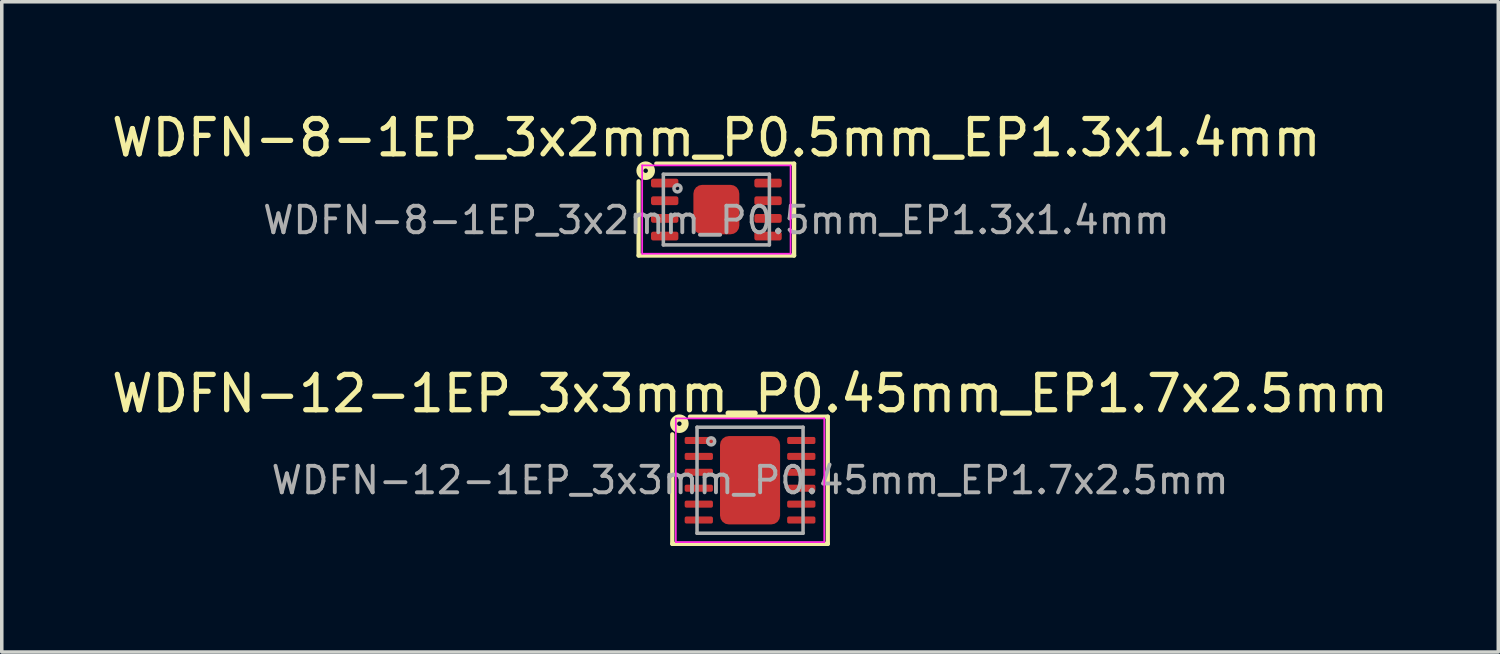
<source format=kicad_pcb>
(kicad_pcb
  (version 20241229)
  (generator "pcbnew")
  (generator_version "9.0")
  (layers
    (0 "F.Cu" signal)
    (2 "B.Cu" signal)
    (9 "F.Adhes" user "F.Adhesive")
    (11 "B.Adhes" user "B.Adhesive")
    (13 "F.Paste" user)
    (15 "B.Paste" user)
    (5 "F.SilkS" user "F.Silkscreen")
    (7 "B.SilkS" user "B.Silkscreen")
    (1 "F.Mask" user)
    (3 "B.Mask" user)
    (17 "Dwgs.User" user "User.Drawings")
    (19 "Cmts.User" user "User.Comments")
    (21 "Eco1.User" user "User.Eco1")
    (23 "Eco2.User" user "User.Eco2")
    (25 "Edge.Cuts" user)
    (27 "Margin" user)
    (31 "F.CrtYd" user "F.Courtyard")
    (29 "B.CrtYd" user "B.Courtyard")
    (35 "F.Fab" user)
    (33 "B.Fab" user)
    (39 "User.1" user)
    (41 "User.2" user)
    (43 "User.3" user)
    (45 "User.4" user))
  (footprint "WDFN-8-1EP_3x2mm_P0.5mm_EP1.3x1.4mm"
    (layer "F.Cu")
    (at 17.22 2.88)
    (property "Reference" "WDFN-8-1EP_3x2mm_P0.5mm_EP1.3x1.4mm" (at 0 -2.032 0) (layer "F.SilkS") (effects (font (size 1 1) (thickness 0.15))))
    (attr smd)
    (fp_line (start -2.2 1.3) (end -2.2 -0.8) (stroke (width 0.12) (type solid)) (layer "F.SilkS"))
    (fp_line (start -1.7 -1.3) (end 2.2 -1.3) (stroke (width 0.12) (type solid)) (layer "F.SilkS"))
    (fp_line (start 2.2 -1.3) (end 2.2 1.3) (stroke (width 0.12) (type solid)) (layer "F.SilkS"))
    (fp_line (start 2.2 1.3) (end -2.2 1.3) (stroke (width 0.12) (type solid)) (layer "F.SilkS"))
    (fp_circle (center -2 -1.1) (end -1.937 -1.1) (stroke (width 0.2) (type solid)) (fill no) (layer "F.SilkS"))
    (fp_line (start -2.1 -1.25) (end -2.1 1.25) (stroke (width 0.05) (type solid)) (layer "F.CrtYd"))
    (fp_line (start -2.1 1.25) (end 2.1 1.25) (stroke (width 0.05) (type solid)) (layer "F.CrtYd"))
    (fp_line (start 2.1 -1.25) (end -2.1 -1.25) (stroke (width 0.05) (type solid)) (layer "F.CrtYd"))
    (fp_line (start 2.1 1.25) (end 2.1 -1.25) (stroke (width 0.05) (type solid)) (layer "F.CrtYd"))
    (fp_line (start -1.5 -1) (end 1.5 -1) (stroke (width 0.1) (type solid)) (layer "F.Fab"))
    (fp_line (start -1.5 1) (end -1.5 -1) (stroke (width 0.1) (type solid)) (layer "F.Fab"))
    (fp_line (start 1.5 -1) (end 1.5 1) (stroke (width 0.1) (type solid)) (layer "F.Fab"))
    (fp_line (start 1.5 1) (end -1.5 1) (stroke (width 0.1) (type solid)) (layer "F.Fab"))
    (fp_circle (center -1.1 -0.6) (end -1 -0.6) (stroke (width 0.1) (type solid)) (fill no) (layer "F.Fab"))
    (fp_text user "${REFERENCE}" (at 0 0.3 0) (layer "F.Fab") (effects (font (size 0.75 0.75) (thickness 0.11))))
    (pad "" smd roundrect (at -0.325 -0.35) (size 0.52 0.56) (layers "F.Paste") (roundrect_rratio 0.25))
    (pad "" smd roundrect (at -0.325 0.35) (size 0.52 0.56) (layers "F.Paste") (roundrect_rratio 0.25))
    (pad "" smd roundrect (at 0.325 -0.35) (size 0.52 0.56) (layers "F.Paste") (roundrect_rratio 0.25))
    (pad "" smd roundrect (at 0.325 0.35) (size 0.52 0.56) (layers "F.Paste") (roundrect_rratio 0.25))
    (pad "1" smd roundrect (at -1.462 -0.75) (size 0.775 0.25) (layers "F.Cu" "F.Mask" "F.Paste") (roundrect_rratio 0.25))
    (pad "2" smd roundrect (at -1.462 -0.25) (size 0.775 0.25) (layers "F.Cu" "F.Mask" "F.Paste") (roundrect_rratio 0.25))
    (pad "3" smd roundrect (at -1.462 0.25) (size 0.775 0.25) (layers "F.Cu" "F.Mask" "F.Paste") (roundrect_rratio 0.25))
    (pad "4" smd roundrect (at -1.462 0.75) (size 0.775 0.25) (layers "F.Cu" "F.Mask" "F.Paste") (roundrect_rratio 0.25))
    (pad "5" smd roundrect (at 1.462 0.75) (size 0.775 0.25) (layers "F.Cu" "F.Mask" "F.Paste") (roundrect_rratio 0.25))
    (pad "6" smd roundrect (at 1.462 0.25) (size 0.775 0.25) (layers "F.Cu" "F.Mask" "F.Paste") (roundrect_rratio 0.25))
    (pad "7" smd roundrect (at 1.462 -0.25) (size 0.775 0.25) (layers "F.Cu" "F.Mask" "F.Paste") (roundrect_rratio 0.25))
    (pad "8" smd roundrect (at 1.462 -0.75) (size 0.775 0.25) (layers "F.Cu" "F.Mask" "F.Paste") (roundrect_rratio 0.25))
    (pad "9" smd roundrect (at 0 0) (size 1.3 1.4) (layers "F.Cu" "F.Mask") (roundrect_rratio 0.192)))
  (footprint "WDFN-12-1EP_3x3mm_P0.45mm_EP1.7x2.5mm"
    (layer "F.Cu")
    (at 18.173 10.539)
    (property "Reference" "WDFN-12-1EP_3x3mm_P0.45mm_EP1.7x2.5mm" (at 0 -2.45 0) (layer "F.SilkS") (effects (font (size 1 1) (thickness 0.15))))
    (attr smd)
    (fp_line (start -2.2 -1.3) (end -2.2 1.8) (stroke (width 0.12) (type solid)) (layer "F.SilkS"))
    (fp_line (start -2.2 1.8) (end 2.2 1.8) (stroke (width 0.12) (type solid)) (layer "F.SilkS"))
    (fp_line (start 2.2 -1.8) (end -1.7 -1.8) (stroke (width 0.12) (type solid)) (layer "F.SilkS"))
    (fp_line (start 2.2 1.8) (end 2.2 -1.8) (stroke (width 0.12) (type solid)) (layer "F.SilkS"))
    (fp_circle (center -2 -1.6) (end -1.937 -1.6) (stroke (width 0.2) (type solid)) (fill no) (layer "F.SilkS"))
    (fp_line (start -2.1 -1.75) (end -2.1 1.75) (stroke (width 0.05) (type solid)) (layer "F.CrtYd"))
    (fp_line (start -2.1 1.75) (end 2.1 1.75) (stroke (width 0.05) (type solid)) (layer "F.CrtYd"))
    (fp_line (start 2.1 -1.75) (end -2.1 -1.75) (stroke (width 0.05) (type solid)) (layer "F.CrtYd"))
    (fp_line (start 2.1 1.75) (end 2.1 -1.75) (stroke (width 0.05) (type solid)) (layer "F.CrtYd"))
    (fp_line (start -1.5 -1.5) (end 1.5 -1.5) (stroke (width 0.1) (type solid)) (layer "F.Fab"))
    (fp_line (start -1.5 1.5) (end -1.5 -1.5) (stroke (width 0.1) (type solid)) (layer "F.Fab"))
    (fp_line (start 1.5 -1.5) (end 1.5 1.5) (stroke (width 0.1) (type solid)) (layer "F.Fab"))
    (fp_line (start 1.5 1.5) (end -1.5 1.5) (stroke (width 0.1) (type solid)) (layer "F.Fab"))
    (fp_circle (center -1.1 -1.1) (end -1 -1.1) (stroke (width 0.1) (type solid)) (fill no) (layer "F.Fab"))
    (fp_text user "${REFERENCE}" (at 0 0 0) (layer "F.Fab") (effects (font (size 0.75 0.75) (thickness 0.11))))
    (pad "" smd roundrect (at -0.425 -0.625) (size 0.69 1.01) (layers "F.Paste") (roundrect_rratio 0.25))
    (pad "" smd roundrect (at -0.425 0.625) (size 0.69 1.01) (layers "F.Paste") (roundrect_rratio 0.25))
    (pad "" smd roundrect (at 0.425 -0.625) (size 0.69 1.01) (layers "F.Paste") (roundrect_rratio 0.25))
    (pad "" smd roundrect (at 0.425 0.625) (size 0.69 1.01) (layers "F.Paste") (roundrect_rratio 0.25))
    (pad "1" smd roundrect (at -1.45 -1.125) (size 0.8 0.2) (layers "F.Cu" "F.Mask" "F.Paste") (roundrect_rratio 0.25))
    (pad "2" smd roundrect (at -1.45 -0.675) (size 0.8 0.2) (layers "F.Cu" "F.Mask" "F.Paste") (roundrect_rratio 0.25))
    (pad "3" smd roundrect (at -1.45 -0.225) (size 0.8 0.2) (layers "F.Cu" "F.Mask" "F.Paste") (roundrect_rratio 0.25))
    (pad "4" smd roundrect (at -1.45 0.225) (size 0.8 0.2) (layers "F.Cu" "F.Mask" "F.Paste") (roundrect_rratio 0.25))
    (pad "5" smd roundrect (at -1.45 0.675) (size 0.8 0.2) (layers "F.Cu" "F.Mask" "F.Paste") (roundrect_rratio 0.25))
    (pad "6" smd roundrect (at -1.45 1.125) (size 0.8 0.2) (layers "F.Cu" "F.Mask" "F.Paste") (roundrect_rratio 0.25))
    (pad "7" smd roundrect (at 1.45 1.125) (size 0.8 0.2) (layers "F.Cu" "F.Mask" "F.Paste") (roundrect_rratio 0.25))
    (pad "8" smd roundrect (at 1.45 0.675) (size 0.8 0.2) (layers "F.Cu" "F.Mask" "F.Paste") (roundrect_rratio 0.25))
    (pad "9" smd roundrect (at 1.45 0.225) (size 0.8 0.2) (layers "F.Cu" "F.Mask" "F.Paste") (roundrect_rratio 0.25))
    (pad "10" smd roundrect (at 1.45 -0.225) (size 0.8 0.2) (layers "F.Cu" "F.Mask" "F.Paste") (roundrect_rratio 0.25))
    (pad "11" smd roundrect (at 1.45 -0.675) (size 0.8 0.2) (layers "F.Cu" "F.Mask" "F.Paste") (roundrect_rratio 0.25))
    (pad "12" smd roundrect (at 1.45 -1.125) (size 0.8 0.2) (layers "F.Cu" "F.Mask" "F.Paste") (roundrect_rratio 0.25))
    (pad "13" smd roundrect (at 0 0) (size 1.7 2.5) (layers "F.Cu" "F.Mask") (roundrect_rratio 0.147)))
  (gr_rect
    (start -3 -3)
    (end 39.345 15.399)
    (stroke (width 0.1) (type default))
    (fill no)
    (layer "Edge.Cuts")))
</source>
